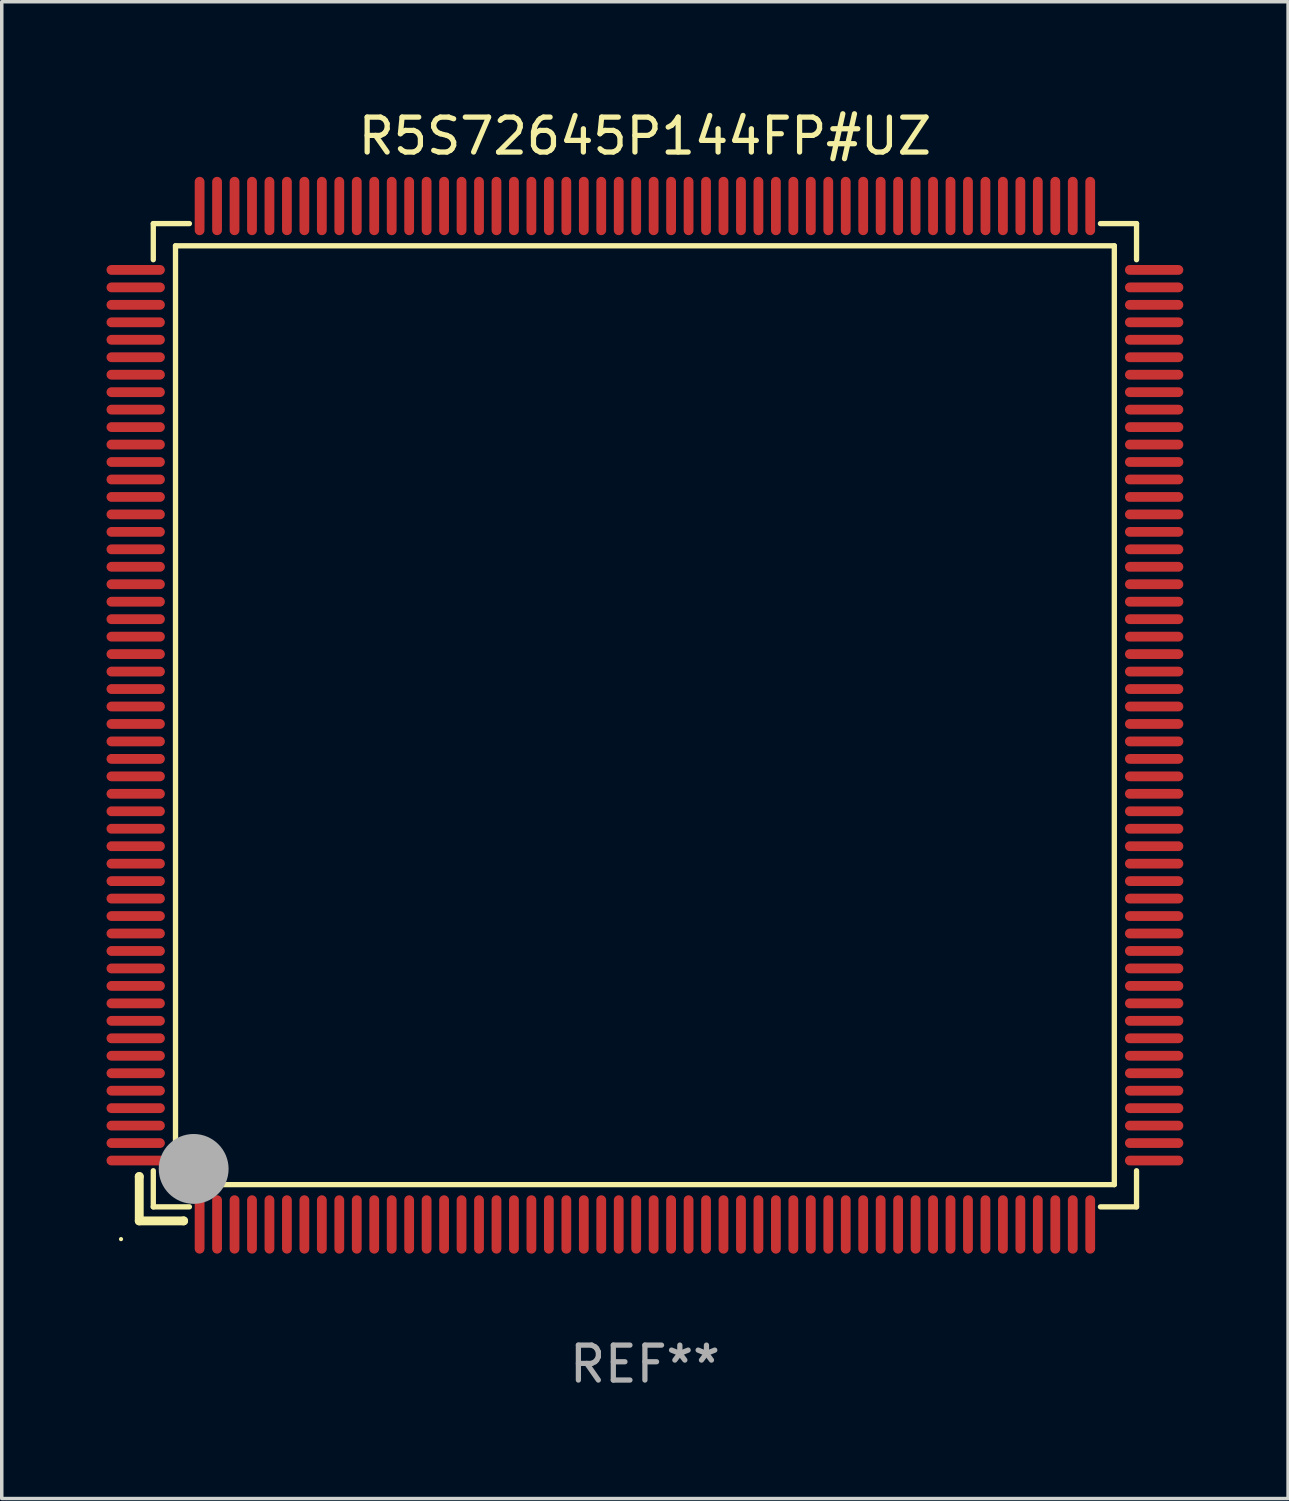
<source format=kicad_pcb>
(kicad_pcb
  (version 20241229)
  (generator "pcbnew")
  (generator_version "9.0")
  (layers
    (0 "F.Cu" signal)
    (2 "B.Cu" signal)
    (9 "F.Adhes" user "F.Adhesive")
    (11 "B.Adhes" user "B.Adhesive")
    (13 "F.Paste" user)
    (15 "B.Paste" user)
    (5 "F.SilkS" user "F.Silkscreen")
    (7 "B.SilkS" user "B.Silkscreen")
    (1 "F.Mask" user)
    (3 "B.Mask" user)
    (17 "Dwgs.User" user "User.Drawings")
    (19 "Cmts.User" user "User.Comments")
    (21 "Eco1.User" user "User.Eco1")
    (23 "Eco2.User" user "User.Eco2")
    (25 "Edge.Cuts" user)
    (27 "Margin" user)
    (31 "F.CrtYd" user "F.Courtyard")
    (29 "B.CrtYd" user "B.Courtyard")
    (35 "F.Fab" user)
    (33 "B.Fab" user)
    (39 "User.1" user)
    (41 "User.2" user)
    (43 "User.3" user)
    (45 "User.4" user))
  (footprint "R5S72645P144FP#UZ"
    (layer "F.Cu")
    (at 15.415 17.428)
    (property "Reference" "R5S72645P144FP#UZ" (at 0 -16.58 0) (layer "F.SilkS") (effects (font (size 1 1) (thickness 0.15))))
    (attr through_hole)
    (fp_line (start -14.478 13.208) (end -14.478 13.208) (stroke (width 0.254) (type solid)) (layer "F.SilkS"))
    (fp_line (start -14.478 13.208) (end -14.478 14.478) (stroke (width 0.254) (type solid)) (layer "F.SilkS"))
    (fp_line (start -14.478 14.478) (end -13.208 14.478) (stroke (width 0.254) (type solid)) (layer "F.SilkS"))
    (fp_line (start -14.076 -14.076) (end -14.076 -13.042) (stroke (width 0.152) (type solid)) (layer "F.SilkS"))
    (fp_line (start -14.076 14.076) (end -14.076 13.042) (stroke (width 0.152) (type solid)) (layer "F.SilkS"))
    (fp_line (start -13.44 -13.44) (end 13.44 -13.44) (stroke (width 0.152) (type solid)) (layer "F.SilkS"))
    (fp_line (start -13.44 13.44) (end -13.44 -13.44) (stroke (width 0.152) (type solid)) (layer "F.SilkS"))
    (fp_line (start -13.208 14.478) (end -13.208 14.478) (stroke (width 0.254) (type solid)) (layer "F.SilkS"))
    (fp_line (start -13.042 -14.076) (end -14.076 -14.076) (stroke (width 0.152) (type solid)) (layer "F.SilkS"))
    (fp_line (start -13.042 14.076) (end -14.076 14.076) (stroke (width 0.152) (type solid)) (layer "F.SilkS"))
    (fp_line (start 13.042 -14.076) (end 14.076 -14.076) (stroke (width 0.152) (type solid)) (layer "F.SilkS"))
    (fp_line (start 13.042 14.076) (end 14.076 14.076) (stroke (width 0.152) (type solid)) (layer "F.SilkS"))
    (fp_line (start 13.44 -13.44) (end 13.44 13.44) (stroke (width 0.152) (type solid)) (layer "F.SilkS"))
    (fp_line (start 13.44 13.44) (end -13.44 13.44) (stroke (width 0.152) (type solid)) (layer "F.SilkS"))
    (fp_line (start 14.076 -14.076) (end 14.076 -13.042) (stroke (width 0.152) (type solid)) (layer "F.SilkS"))
    (fp_line (start 14.076 14.076) (end 14.076 13.042) (stroke (width 0.152) (type solid)) (layer "F.SilkS"))
    (fp_circle (center -15 15) (end -14.97 15) (stroke (width 0.06) (type solid)) (fill no) (layer "F.SilkS"))
    (fp_circle (center -13.138 13.138) (end -13.063 13.138) (stroke (width 0.15) (type solid)) (fill no) (layer "F.SilkS"))
    (fp_circle (center -12.92 12.99) (end -12.42 12.99) (stroke (width 1) (type solid)) (fill no) (layer "F.Fab"))
    (fp_text user "REF**" (at 0 18.58 0) (layer "F.Fab") (effects (font (size 1 1) (thickness 0.15))))
    (pad "1" smd oval (at -12.75 14.58) (size 0.28 1.67) (layers "F.Cu" "F.Mask" "F.Paste"))
    (pad "2" smd oval (at -12.25 14.58) (size 0.28 1.67) (layers "F.Cu" "F.Mask" "F.Paste"))
    (pad "3" smd oval (at -11.75 14.58) (size 0.28 1.67) (layers "F.Cu" "F.Mask" "F.Paste"))
    (pad "4" smd oval (at -11.25 14.58) (size 0.28 1.67) (layers "F.Cu" "F.Mask" "F.Paste"))
    (pad "5" smd oval (at -10.75 14.58) (size 0.28 1.67) (layers "F.Cu" "F.Mask" "F.Paste"))
    (pad "6" smd oval (at -10.25 14.58) (size 0.28 1.67) (layers "F.Cu" "F.Mask" "F.Paste"))
    (pad "7" smd oval (at -9.75 14.58) (size 0.28 1.67) (layers "F.Cu" "F.Mask" "F.Paste"))
    (pad "8" smd oval (at -9.25 14.58) (size 0.28 1.67) (layers "F.Cu" "F.Mask" "F.Paste"))
    (pad "9" smd oval (at -8.75 14.58) (size 0.28 1.67) (layers "F.Cu" "F.Mask" "F.Paste"))
    (pad "10" smd oval (at -8.25 14.58) (size 0.28 1.67) (layers "F.Cu" "F.Mask" "F.Paste"))
    (pad "11" smd oval (at -7.75 14.58) (size 0.28 1.67) (layers "F.Cu" "F.Mask" "F.Paste"))
    (pad "12" smd oval (at -7.25 14.58) (size 0.28 1.67) (layers "F.Cu" "F.Mask" "F.Paste"))
    (pad "13" smd oval (at -6.75 14.58) (size 0.28 1.67) (layers "F.Cu" "F.Mask" "F.Paste"))
    (pad "14" smd oval (at -6.25 14.58) (size 0.28 1.67) (layers "F.Cu" "F.Mask" "F.Paste"))
    (pad "15" smd oval (at -5.75 14.58) (size 0.28 1.67) (layers "F.Cu" "F.Mask" "F.Paste"))
    (pad "16" smd oval (at -5.25 14.58) (size 0.28 1.67) (layers "F.Cu" "F.Mask" "F.Paste"))
    (pad "17" smd oval (at -4.75 14.58) (size 0.28 1.67) (layers "F.Cu" "F.Mask" "F.Paste"))
    (pad "18" smd oval (at -4.25 14.58) (size 0.28 1.67) (layers "F.Cu" "F.Mask" "F.Paste"))
    (pad "19" smd oval (at -3.75 14.58) (size 0.28 1.67) (layers "F.Cu" "F.Mask" "F.Paste"))
    (pad "20" smd oval (at -3.25 14.58) (size 0.28 1.67) (layers "F.Cu" "F.Mask" "F.Paste"))
    (pad "21" smd oval (at -2.75 14.58) (size 0.28 1.67) (layers "F.Cu" "F.Mask" "F.Paste"))
    (pad "22" smd oval (at -2.25 14.58) (size 0.28 1.67) (layers "F.Cu" "F.Mask" "F.Paste"))
    (pad "23" smd oval (at -1.75 14.58) (size 0.28 1.67) (layers "F.Cu" "F.Mask" "F.Paste"))
    (pad "24" smd oval (at -1.25 14.58) (size 0.28 1.67) (layers "F.Cu" "F.Mask" "F.Paste"))
    (pad "25" smd oval (at -0.75 14.58) (size 0.28 1.67) (layers "F.Cu" "F.Mask" "F.Paste"))
    (pad "26" smd oval (at -0.25 14.58) (size 0.28 1.67) (layers "F.Cu" "F.Mask" "F.Paste"))
    (pad "27" smd oval (at 0.25 14.58) (size 0.28 1.67) (layers "F.Cu" "F.Mask" "F.Paste"))
    (pad "28" smd oval (at 0.75 14.58) (size 0.28 1.67) (layers "F.Cu" "F.Mask" "F.Paste"))
    (pad "29" smd oval (at 1.25 14.58) (size 0.28 1.67) (layers "F.Cu" "F.Mask" "F.Paste"))
    (pad "30" smd oval (at 1.75 14.58) (size 0.28 1.67) (layers "F.Cu" "F.Mask" "F.Paste"))
    (pad "31" smd oval (at 2.25 14.58) (size 0.28 1.67) (layers "F.Cu" "F.Mask" "F.Paste"))
    (pad "32" smd oval (at 2.75 14.58) (size 0.28 1.67) (layers "F.Cu" "F.Mask" "F.Paste"))
    (pad "33" smd oval (at 3.25 14.58) (size 0.28 1.67) (layers "F.Cu" "F.Mask" "F.Paste"))
    (pad "34" smd oval (at 3.75 14.58) (size 0.28 1.67) (layers "F.Cu" "F.Mask" "F.Paste"))
    (pad "35" smd oval (at 4.25 14.58) (size 0.28 1.67) (layers "F.Cu" "F.Mask" "F.Paste"))
    (pad "36" smd oval (at 4.75 14.58) (size 0.28 1.67) (layers "F.Cu" "F.Mask" "F.Paste"))
    (pad "37" smd oval (at 5.25 14.58) (size 0.28 1.67) (layers "F.Cu" "F.Mask" "F.Paste"))
    (pad "38" smd oval (at 5.75 14.58) (size 0.28 1.67) (layers "F.Cu" "F.Mask" "F.Paste"))
    (pad "39" smd oval (at 6.25 14.58) (size 0.28 1.67) (layers "F.Cu" "F.Mask" "F.Paste"))
    (pad "40" smd oval (at 6.75 14.58) (size 0.28 1.67) (layers "F.Cu" "F.Mask" "F.Paste"))
    (pad "41" smd oval (at 7.25 14.58) (size 0.28 1.67) (layers "F.Cu" "F.Mask" "F.Paste"))
    (pad "42" smd oval (at 7.75 14.58) (size 0.28 1.67) (layers "F.Cu" "F.Mask" "F.Paste"))
    (pad "43" smd oval (at 8.25 14.58) (size 0.28 1.67) (layers "F.Cu" "F.Mask" "F.Paste"))
    (pad "44" smd oval (at 8.75 14.58) (size 0.28 1.67) (layers "F.Cu" "F.Mask" "F.Paste"))
    (pad "45" smd oval (at 9.25 14.58) (size 0.28 1.67) (layers "F.Cu" "F.Mask" "F.Paste"))
    (pad "46" smd oval (at 9.75 14.58) (size 0.28 1.67) (layers "F.Cu" "F.Mask" "F.Paste"))
    (pad "47" smd oval (at 10.25 14.58) (size 0.28 1.67) (layers "F.Cu" "F.Mask" "F.Paste"))
    (pad "48" smd oval (at 10.75 14.58) (size 0.28 1.67) (layers "F.Cu" "F.Mask" "F.Paste"))
    (pad "49" smd oval (at 11.25 14.58) (size 0.28 1.67) (layers "F.Cu" "F.Mask" "F.Paste"))
    (pad "50" smd oval (at 11.75 14.58) (size 0.28 1.67) (layers "F.Cu" "F.Mask" "F.Paste"))
    (pad "51" smd oval (at 12.25 14.58) (size 0.28 1.67) (layers "F.Cu" "F.Mask" "F.Paste"))
    (pad "52" smd oval (at 12.75 14.58) (size 0.28 1.67) (layers "F.Cu" "F.Mask" "F.Paste"))
    (pad "53" smd oval (at 14.58 12.75) (size 1.67 0.28) (layers "F.Cu" "F.Mask" "F.Paste"))
    (pad "54" smd oval (at 14.58 12.25) (size 1.67 0.28) (layers "F.Cu" "F.Mask" "F.Paste"))
    (pad "55" smd oval (at 14.58 11.75) (size 1.67 0.28) (layers "F.Cu" "F.Mask" "F.Paste"))
    (pad "56" smd oval (at 14.58 11.25) (size 1.67 0.28) (layers "F.Cu" "F.Mask" "F.Paste"))
    (pad "57" smd oval (at 14.58 10.75) (size 1.67 0.28) (layers "F.Cu" "F.Mask" "F.Paste"))
    (pad "58" smd oval (at 14.58 10.25) (size 1.67 0.28) (layers "F.Cu" "F.Mask" "F.Paste"))
    (pad "59" smd oval (at 14.58 9.75) (size 1.67 0.28) (layers "F.Cu" "F.Mask" "F.Paste"))
    (pad "60" smd oval (at 14.58 9.25) (size 1.67 0.28) (layers "F.Cu" "F.Mask" "F.Paste"))
    (pad "61" smd oval (at 14.58 8.75) (size 1.67 0.28) (layers "F.Cu" "F.Mask" "F.Paste"))
    (pad "62" smd oval (at 14.58 8.25) (size 1.67 0.28) (layers "F.Cu" "F.Mask" "F.Paste"))
    (pad "63" smd oval (at 14.58 7.75) (size 1.67 0.28) (layers "F.Cu" "F.Mask" "F.Paste"))
    (pad "64" smd oval (at 14.58 7.25) (size 1.67 0.28) (layers "F.Cu" "F.Mask" "F.Paste"))
    (pad "65" smd oval (at 14.58 6.75) (size 1.67 0.28) (layers "F.Cu" "F.Mask" "F.Paste"))
    (pad "66" smd oval (at 14.58 6.25) (size 1.67 0.28) (layers "F.Cu" "F.Mask" "F.Paste"))
    (pad "67" smd oval (at 14.58 5.75) (size 1.67 0.28) (layers "F.Cu" "F.Mask" "F.Paste"))
    (pad "68" smd oval (at 14.58 5.25) (size 1.67 0.28) (layers "F.Cu" "F.Mask" "F.Paste"))
    (pad "69" smd oval (at 14.58 4.75) (size 1.67 0.28) (layers "F.Cu" "F.Mask" "F.Paste"))
    (pad "70" smd oval (at 14.58 4.25) (size 1.67 0.28) (layers "F.Cu" "F.Mask" "F.Paste"))
    (pad "71" smd oval (at 14.58 3.75) (size 1.67 0.28) (layers "F.Cu" "F.Mask" "F.Paste"))
    (pad "72" smd oval (at 14.58 3.25) (size 1.67 0.28) (layers "F.Cu" "F.Mask" "F.Paste"))
    (pad "73" smd oval (at 14.58 2.75) (size 1.67 0.28) (layers "F.Cu" "F.Mask" "F.Paste"))
    (pad "74" smd oval (at 14.58 2.25) (size 1.67 0.28) (layers "F.Cu" "F.Mask" "F.Paste"))
    (pad "75" smd oval (at 14.58 1.75) (size 1.67 0.28) (layers "F.Cu" "F.Mask" "F.Paste"))
    (pad "76" smd oval (at 14.58 1.25) (size 1.67 0.28) (layers "F.Cu" "F.Mask" "F.Paste"))
    (pad "77" smd oval (at 14.58 0.75) (size 1.67 0.28) (layers "F.Cu" "F.Mask" "F.Paste"))
    (pad "78" smd oval (at 14.58 0.25) (size 1.67 0.28) (layers "F.Cu" "F.Mask" "F.Paste"))
    (pad "79" smd oval (at 14.58 -0.25) (size 1.67 0.28) (layers "F.Cu" "F.Mask" "F.Paste"))
    (pad "80" smd oval (at 14.58 -0.75) (size 1.67 0.28) (layers "F.Cu" "F.Mask" "F.Paste"))
    (pad "81" smd oval (at 14.58 -1.25) (size 1.67 0.28) (layers "F.Cu" "F.Mask" "F.Paste"))
    (pad "82" smd oval (at 14.58 -1.75) (size 1.67 0.28) (layers "F.Cu" "F.Mask" "F.Paste"))
    (pad "83" smd oval (at 14.58 -2.25) (size 1.67 0.28) (layers "F.Cu" "F.Mask" "F.Paste"))
    (pad "84" smd oval (at 14.58 -2.75) (size 1.67 0.28) (layers "F.Cu" "F.Mask" "F.Paste"))
    (pad "85" smd oval (at 14.58 -3.25) (size 1.67 0.28) (layers "F.Cu" "F.Mask" "F.Paste"))
    (pad "86" smd oval (at 14.58 -3.75) (size 1.67 0.28) (layers "F.Cu" "F.Mask" "F.Paste"))
    (pad "87" smd oval (at 14.58 -4.25) (size 1.67 0.28) (layers "F.Cu" "F.Mask" "F.Paste"))
    (pad "88" smd oval (at 14.58 -4.75) (size 1.67 0.28) (layers "F.Cu" "F.Mask" "F.Paste"))
    (pad "89" smd oval (at 14.58 -5.25) (size 1.67 0.28) (layers "F.Cu" "F.Mask" "F.Paste"))
    (pad "90" smd oval (at 14.58 -5.75) (size 1.67 0.28) (layers "F.Cu" "F.Mask" "F.Paste"))
    (pad "91" smd oval (at 14.58 -6.25) (size 1.67 0.28) (layers "F.Cu" "F.Mask" "F.Paste"))
    (pad "92" smd oval (at 14.58 -6.75) (size 1.67 0.28) (layers "F.Cu" "F.Mask" "F.Paste"))
    (pad "93" smd oval (at 14.58 -7.25) (size 1.67 0.28) (layers "F.Cu" "F.Mask" "F.Paste"))
    (pad "94" smd oval (at 14.58 -7.75) (size 1.67 0.28) (layers "F.Cu" "F.Mask" "F.Paste"))
    (pad "95" smd oval (at 14.58 -8.25) (size 1.67 0.28) (layers "F.Cu" "F.Mask" "F.Paste"))
    (pad "96" smd oval (at 14.58 -8.75) (size 1.67 0.28) (layers "F.Cu" "F.Mask" "F.Paste"))
    (pad "97" smd oval (at 14.58 -9.25) (size 1.67 0.28) (layers "F.Cu" "F.Mask" "F.Paste"))
    (pad "98" smd oval (at 14.58 -9.75) (size 1.67 0.28) (layers "F.Cu" "F.Mask" "F.Paste"))
    (pad "99" smd oval (at 14.58 -10.25) (size 1.67 0.28) (layers "F.Cu" "F.Mask" "F.Paste"))
    (pad "100" smd oval (at 14.58 -10.75) (size 1.67 0.28) (layers "F.Cu" "F.Mask" "F.Paste"))
    (pad "101" smd oval (at 14.58 -11.25) (size 1.67 0.28) (layers "F.Cu" "F.Mask" "F.Paste"))
    (pad "102" smd oval (at 14.58 -11.75) (size 1.67 0.28) (layers "F.Cu" "F.Mask" "F.Paste"))
    (pad "103" smd oval (at 14.58 -12.25) (size 1.67 0.28) (layers "F.Cu" "F.Mask" "F.Paste"))
    (pad "104" smd oval (at 14.58 -12.75) (size 1.67 0.28) (layers "F.Cu" "F.Mask" "F.Paste"))
    (pad "105" smd oval (at 12.75 -14.58) (size 0.28 1.67) (layers "F.Cu" "F.Mask" "F.Paste"))
    (pad "106" smd oval (at 12.25 -14.58) (size 0.28 1.67) (layers "F.Cu" "F.Mask" "F.Paste"))
    (pad "107" smd oval (at 11.75 -14.58) (size 0.28 1.67) (layers "F.Cu" "F.Mask" "F.Paste"))
    (pad "108" smd oval (at 11.25 -14.58) (size 0.28 1.67) (layers "F.Cu" "F.Mask" "F.Paste"))
    (pad "109" smd oval (at 10.75 -14.58) (size 0.28 1.67) (layers "F.Cu" "F.Mask" "F.Paste"))
    (pad "110" smd oval (at 10.25 -14.58) (size 0.28 1.67) (layers "F.Cu" "F.Mask" "F.Paste"))
    (pad "111" smd oval (at 9.75 -14.58) (size 0.28 1.67) (layers "F.Cu" "F.Mask" "F.Paste"))
    (pad "112" smd oval (at 9.25 -14.58) (size 0.28 1.67) (layers "F.Cu" "F.Mask" "F.Paste"))
    (pad "113" smd oval (at 8.75 -14.58) (size 0.28 1.67) (layers "F.Cu" "F.Mask" "F.Paste"))
    (pad "114" smd oval (at 8.25 -14.58) (size 0.28 1.67) (layers "F.Cu" "F.Mask" "F.Paste"))
    (pad "115" smd oval (at 7.75 -14.58) (size 0.28 1.67) (layers "F.Cu" "F.Mask" "F.Paste"))
    (pad "116" smd oval (at 7.25 -14.58) (size 0.28 1.67) (layers "F.Cu" "F.Mask" "F.Paste"))
    (pad "117" smd oval (at 6.75 -14.58) (size 0.28 1.67) (layers "F.Cu" "F.Mask" "F.Paste"))
    (pad "118" smd oval (at 6.25 -14.58) (size 0.28 1.67) (layers "F.Cu" "F.Mask" "F.Paste"))
    (pad "119" smd oval (at 5.75 -14.58) (size 0.28 1.67) (layers "F.Cu" "F.Mask" "F.Paste"))
    (pad "120" smd oval (at 5.25 -14.58) (size 0.28 1.67) (layers "F.Cu" "F.Mask" "F.Paste"))
    (pad "121" smd oval (at 4.75 -14.58) (size 0.28 1.67) (layers "F.Cu" "F.Mask" "F.Paste"))
    (pad "122" smd oval (at 4.25 -14.58) (size 0.28 1.67) (layers "F.Cu" "F.Mask" "F.Paste"))
    (pad "123" smd oval (at 3.75 -14.58) (size 0.28 1.67) (layers "F.Cu" "F.Mask" "F.Paste"))
    (pad "124" smd oval (at 3.25 -14.58) (size 0.28 1.67) (layers "F.Cu" "F.Mask" "F.Paste"))
    (pad "125" smd oval (at 2.75 -14.58) (size 0.28 1.67) (layers "F.Cu" "F.Mask" "F.Paste"))
    (pad "126" smd oval (at 2.25 -14.58) (size 0.28 1.67) (layers "F.Cu" "F.Mask" "F.Paste"))
    (pad "127" smd oval (at 1.75 -14.58) (size 0.28 1.67) (layers "F.Cu" "F.Mask" "F.Paste"))
    (pad "128" smd oval (at 1.25 -14.58) (size 0.28 1.67) (layers "F.Cu" "F.Mask" "F.Paste"))
    (pad "129" smd oval (at 0.75 -14.58) (size 0.28 1.67) (layers "F.Cu" "F.Mask" "F.Paste"))
    (pad "130" smd oval (at 0.25 -14.58) (size 0.28 1.67) (layers "F.Cu" "F.Mask" "F.Paste"))
    (pad "131" smd oval (at -0.25 -14.58) (size 0.28 1.67) (layers "F.Cu" "F.Mask" "F.Paste"))
    (pad "132" smd oval (at -0.75 -14.58) (size 0.28 1.67) (layers "F.Cu" "F.Mask" "F.Paste"))
    (pad "133" smd oval (at -1.25 -14.58) (size 0.28 1.67) (layers "F.Cu" "F.Mask" "F.Paste"))
    (pad "134" smd oval (at -1.75 -14.58) (size 0.28 1.67) (layers "F.Cu" "F.Mask" "F.Paste"))
    (pad "135" smd oval (at -2.25 -14.58) (size 0.28 1.67) (layers "F.Cu" "F.Mask" "F.Paste"))
    (pad "136" smd oval (at -2.75 -14.58) (size 0.28 1.67) (layers "F.Cu" "F.Mask" "F.Paste"))
    (pad "137" smd oval (at -3.25 -14.58) (size 0.28 1.67) (layers "F.Cu" "F.Mask" "F.Paste"))
    (pad "138" smd oval (at -3.75 -14.58) (size 0.28 1.67) (layers "F.Cu" "F.Mask" "F.Paste"))
    (pad "139" smd oval (at -4.25 -14.58) (size 0.28 1.67) (layers "F.Cu" "F.Mask" "F.Paste"))
    (pad "140" smd oval (at -4.75 -14.58) (size 0.28 1.67) (layers "F.Cu" "F.Mask" "F.Paste"))
    (pad "141" smd oval (at -5.25 -14.58) (size 0.28 1.67) (layers "F.Cu" "F.Mask" "F.Paste"))
    (pad "142" smd oval (at -5.75 -14.58) (size 0.28 1.67) (layers "F.Cu" "F.Mask" "F.Paste"))
    (pad "143" smd oval (at -6.25 -14.58) (size 0.28 1.67) (layers "F.Cu" "F.Mask" "F.Paste"))
    (pad "144" smd oval (at -6.75 -14.58) (size 0.28 1.67) (layers "F.Cu" "F.Mask" "F.Paste"))
    (pad "145" smd oval (at -7.25 -14.58) (size 0.28 1.67) (layers "F.Cu" "F.Mask" "F.Paste"))
    (pad "146" smd oval (at -7.75 -14.58) (size 0.28 1.67) (layers "F.Cu" "F.Mask" "F.Paste"))
    (pad "147" smd oval (at -8.25 -14.58) (size 0.28 1.67) (layers "F.Cu" "F.Mask" "F.Paste"))
    (pad "148" smd oval (at -8.75 -14.58) (size 0.28 1.67) (layers "F.Cu" "F.Mask" "F.Paste"))
    (pad "149" smd oval (at -9.25 -14.58) (size 0.28 1.67) (layers "F.Cu" "F.Mask" "F.Paste"))
    (pad "150" smd oval (at -9.75 -14.58) (size 0.28 1.67) (layers "F.Cu" "F.Mask" "F.Paste"))
    (pad "151" smd oval (at -10.25 -14.58) (size 0.28 1.67) (layers "F.Cu" "F.Mask" "F.Paste"))
    (pad "152" smd oval (at -10.75 -14.58) (size 0.28 1.67) (layers "F.Cu" "F.Mask" "F.Paste"))
    (pad "153" smd oval (at -11.25 -14.58) (size 0.28 1.67) (layers "F.Cu" "F.Mask" "F.Paste"))
    (pad "154" smd oval (at -11.75 -14.58) (size 0.28 1.67) (layers "F.Cu" "F.Mask" "F.Paste"))
    (pad "155" smd oval (at -12.25 -14.58) (size 0.28 1.67) (layers "F.Cu" "F.Mask" "F.Paste"))
    (pad "156" smd oval (at -12.75 -14.58) (size 0.28 1.67) (layers "F.Cu" "F.Mask" "F.Paste"))
    (pad "157" smd oval (at -14.58 -12.75) (size 1.67 0.28) (layers "F.Cu" "F.Mask" "F.Paste"))
    (pad "158" smd oval (at -14.58 -12.25) (size 1.67 0.28) (layers "F.Cu" "F.Mask" "F.Paste"))
    (pad "159" smd oval (at -14.58 -11.75) (size 1.67 0.28) (layers "F.Cu" "F.Mask" "F.Paste"))
    (pad "160" smd oval (at -14.58 -11.25) (size 1.67 0.28) (layers "F.Cu" "F.Mask" "F.Paste"))
    (pad "161" smd oval (at -14.58 -10.75) (size 1.67 0.28) (layers "F.Cu" "F.Mask" "F.Paste"))
    (pad "162" smd oval (at -14.58 -10.25) (size 1.67 0.28) (layers "F.Cu" "F.Mask" "F.Paste"))
    (pad "163" smd oval (at -14.58 -9.75) (size 1.67 0.28) (layers "F.Cu" "F.Mask" "F.Paste"))
    (pad "164" smd oval (at -14.58 -9.25) (size 1.67 0.28) (layers "F.Cu" "F.Mask" "F.Paste"))
    (pad "165" smd oval (at -14.58 -8.75) (size 1.67 0.28) (layers "F.Cu" "F.Mask" "F.Paste"))
    (pad "166" smd oval (at -14.58 -8.25) (size 1.67 0.28) (layers "F.Cu" "F.Mask" "F.Paste"))
    (pad "167" smd oval (at -14.58 -7.75) (size 1.67 0.28) (layers "F.Cu" "F.Mask" "F.Paste"))
    (pad "168" smd oval (at -14.58 -7.25) (size 1.67 0.28) (layers "F.Cu" "F.Mask" "F.Paste"))
    (pad "169" smd oval (at -14.58 -6.75) (size 1.67 0.28) (layers "F.Cu" "F.Mask" "F.Paste"))
    (pad "170" smd oval (at -14.58 -6.25) (size 1.67 0.28) (layers "F.Cu" "F.Mask" "F.Paste"))
    (pad "171" smd oval (at -14.58 -5.75) (size 1.67 0.28) (layers "F.Cu" "F.Mask" "F.Paste"))
    (pad "172" smd oval (at -14.58 -5.25) (size 1.67 0.28) (layers "F.Cu" "F.Mask" "F.Paste"))
    (pad "173" smd oval (at -14.58 -4.75) (size 1.67 0.28) (layers "F.Cu" "F.Mask" "F.Paste"))
    (pad "174" smd oval (at -14.58 -4.25) (size 1.67 0.28) (layers "F.Cu" "F.Mask" "F.Paste"))
    (pad "175" smd oval (at -14.58 -3.75) (size 1.67 0.28) (layers "F.Cu" "F.Mask" "F.Paste"))
    (pad "176" smd oval (at -14.58 -3.25) (size 1.67 0.28) (layers "F.Cu" "F.Mask" "F.Paste"))
    (pad "177" smd oval (at -14.58 -2.75) (size 1.67 0.28) (layers "F.Cu" "F.Mask" "F.Paste"))
    (pad "178" smd oval (at -14.58 -2.25) (size 1.67 0.28) (layers "F.Cu" "F.Mask" "F.Paste"))
    (pad "179" smd oval (at -14.58 -1.75) (size 1.67 0.28) (layers "F.Cu" "F.Mask" "F.Paste"))
    (pad "180" smd oval (at -14.58 -1.25) (size 1.67 0.28) (layers "F.Cu" "F.Mask" "F.Paste"))
    (pad "181" smd oval (at -14.58 -0.75) (size 1.67 0.28) (layers "F.Cu" "F.Mask" "F.Paste"))
    (pad "182" smd oval (at -14.58 -0.25) (size 1.67 0.28) (layers "F.Cu" "F.Mask" "F.Paste"))
    (pad "183" smd oval (at -14.58 0.25) (size 1.67 0.28) (layers "F.Cu" "F.Mask" "F.Paste"))
    (pad "184" smd oval (at -14.58 0.75) (size 1.67 0.28) (layers "F.Cu" "F.Mask" "F.Paste"))
    (pad "185" smd oval (at -14.58 1.25) (size 1.67 0.28) (layers "F.Cu" "F.Mask" "F.Paste"))
    (pad "186" smd oval (at -14.58 1.75) (size 1.67 0.28) (layers "F.Cu" "F.Mask" "F.Paste"))
    (pad "187" smd oval (at -14.58 2.25) (size 1.67 0.28) (layers "F.Cu" "F.Mask" "F.Paste"))
    (pad "188" smd oval (at -14.58 2.75) (size 1.67 0.28) (layers "F.Cu" "F.Mask" "F.Paste"))
    (pad "189" smd oval (at -14.58 3.25) (size 1.67 0.28) (layers "F.Cu" "F.Mask" "F.Paste"))
    (pad "190" smd oval (at -14.58 3.75) (size 1.67 0.28) (layers "F.Cu" "F.Mask" "F.Paste"))
    (pad "191" smd oval (at -14.58 4.25) (size 1.67 0.28) (layers "F.Cu" "F.Mask" "F.Paste"))
    (pad "192" smd oval (at -14.58 4.75) (size 1.67 0.28) (layers "F.Cu" "F.Mask" "F.Paste"))
    (pad "193" smd oval (at -14.58 5.25) (size 1.67 0.28) (layers "F.Cu" "F.Mask" "F.Paste"))
    (pad "194" smd oval (at -14.58 5.75) (size 1.67 0.28) (layers "F.Cu" "F.Mask" "F.Paste"))
    (pad "195" smd oval (at -14.58 6.25) (size 1.67 0.28) (layers "F.Cu" "F.Mask" "F.Paste"))
    (pad "196" smd oval (at -14.58 6.75) (size 1.67 0.28) (layers "F.Cu" "F.Mask" "F.Paste"))
    (pad "197" smd oval (at -14.58 7.25) (size 1.67 0.28) (layers "F.Cu" "F.Mask" "F.Paste"))
    (pad "198" smd oval (at -14.58 7.75) (size 1.67 0.28) (layers "F.Cu" "F.Mask" "F.Paste"))
    (pad "199" smd oval (at -14.58 8.25) (size 1.67 0.28) (layers "F.Cu" "F.Mask" "F.Paste"))
    (pad "200" smd oval (at -14.58 8.75) (size 1.67 0.28) (layers "F.Cu" "F.Mask" "F.Paste"))
    (pad "201" smd oval (at -14.58 9.25) (size 1.67 0.28) (layers "F.Cu" "F.Mask" "F.Paste"))
    (pad "202" smd oval (at -14.58 9.75) (size 1.67 0.28) (layers "F.Cu" "F.Mask" "F.Paste"))
    (pad "203" smd oval (at -14.58 10.25) (size 1.67 0.28) (layers "F.Cu" "F.Mask" "F.Paste"))
    (pad "204" smd oval (at -14.58 10.75) (size 1.67 0.28) (layers "F.Cu" "F.Mask" "F.Paste"))
    (pad "205" smd oval (at -14.58 11.25) (size 1.67 0.28) (layers "F.Cu" "F.Mask" "F.Paste"))
    (pad "206" smd oval (at -14.58 11.75) (size 1.67 0.28) (layers "F.Cu" "F.Mask" "F.Paste"))
    (pad "207" smd oval (at -14.58 12.25) (size 1.67 0.28) (layers "F.Cu" "F.Mask" "F.Paste"))
    (pad "208" smd oval (at -14.58 12.75) (size 1.67 0.28) (layers "F.Cu" "F.Mask" "F.Paste")))
  (gr_rect
    (start -3 -3)
    (end 33.83 39.856)
    (stroke (width 0.1) (type default))
    (fill no)
    (layer "Edge.Cuts")))
</source>
